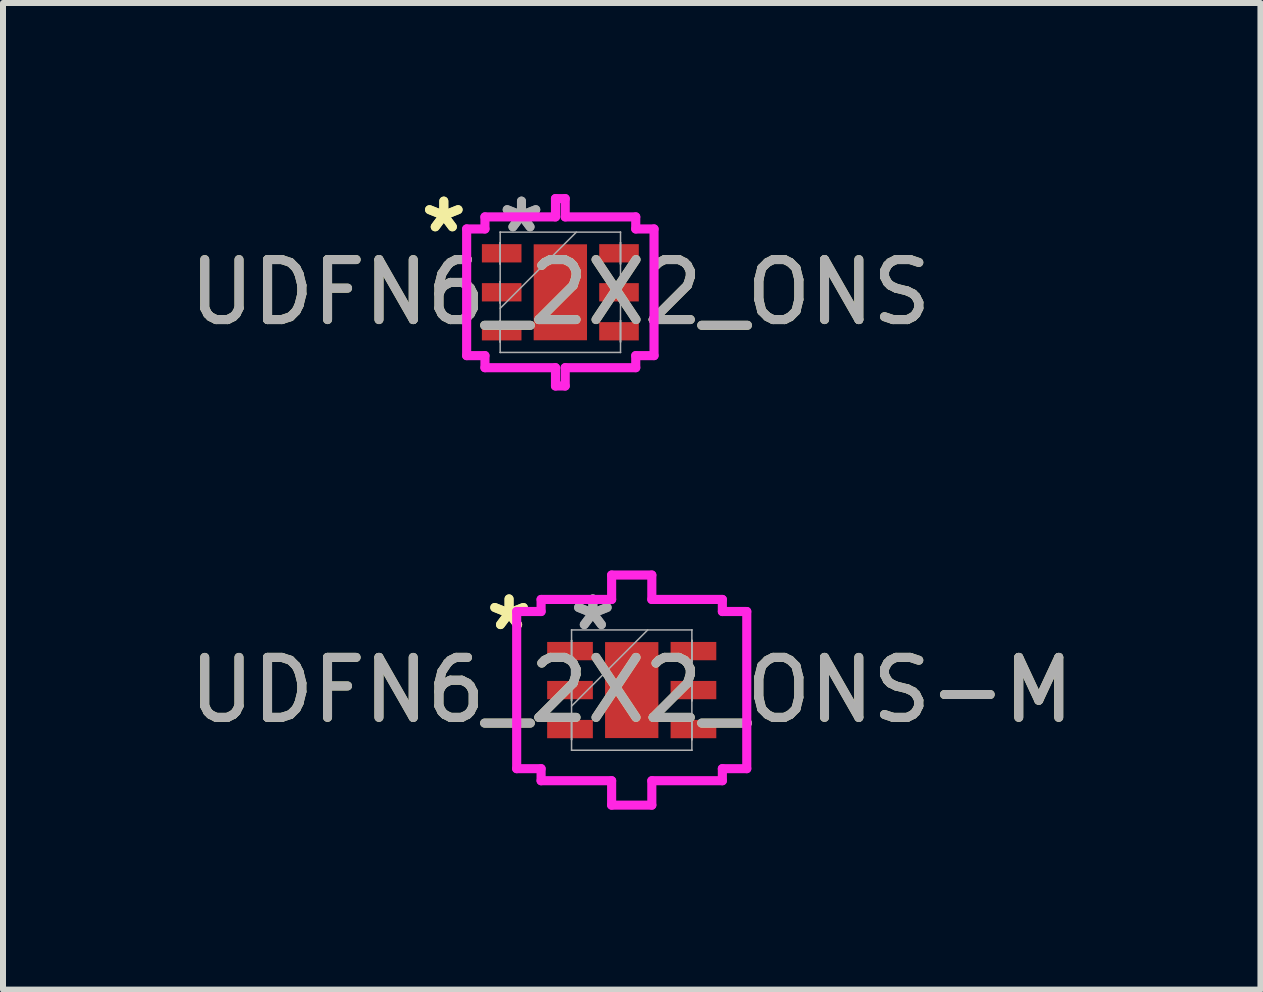
<source format=kicad_pcb>
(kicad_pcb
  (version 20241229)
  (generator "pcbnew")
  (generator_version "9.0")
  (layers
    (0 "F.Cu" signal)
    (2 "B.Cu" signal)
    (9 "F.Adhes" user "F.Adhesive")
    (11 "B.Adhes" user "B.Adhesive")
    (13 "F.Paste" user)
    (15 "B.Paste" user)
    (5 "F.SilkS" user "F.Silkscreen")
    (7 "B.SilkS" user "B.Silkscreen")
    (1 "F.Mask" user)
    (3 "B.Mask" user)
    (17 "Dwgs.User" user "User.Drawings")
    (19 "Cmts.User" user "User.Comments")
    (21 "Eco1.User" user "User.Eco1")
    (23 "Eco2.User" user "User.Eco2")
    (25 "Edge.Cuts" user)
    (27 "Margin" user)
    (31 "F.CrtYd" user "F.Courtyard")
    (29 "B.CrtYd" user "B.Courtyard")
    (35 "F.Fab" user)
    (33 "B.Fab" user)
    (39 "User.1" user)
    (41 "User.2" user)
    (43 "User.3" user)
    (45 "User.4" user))
  (footprint "UDFN6_2X2_ONS-M"
    (layer "F.Cu")
    (at 7.482 8.455)
    (property "Reference" "UDFN6_2X2_ONS-M" (at 0 0 0) (unlocked yes) (layer "F.SilkS") (effects (font (size 1 1) (thickness 0.15))))
    (attr smd)
    (fp_line (start -1.918 -1.31) (end -1.511 -1.31) (stroke (width 0.152) (type solid)) (layer "F.CrtYd"))
    (fp_line (start -1.918 1.31) (end -1.918 -1.31) (stroke (width 0.152) (type solid)) (layer "F.CrtYd"))
    (fp_line (start -1.511 -1.511) (end -0.335 -1.511) (stroke (width 0.152) (type solid)) (layer "F.CrtYd"))
    (fp_line (start -1.511 -1.31) (end -1.511 -1.511) (stroke (width 0.152) (type solid)) (layer "F.CrtYd"))
    (fp_line (start -1.511 1.31) (end -1.918 1.31) (stroke (width 0.152) (type solid)) (layer "F.CrtYd"))
    (fp_line (start -1.511 1.511) (end -1.511 1.31) (stroke (width 0.152) (type solid)) (layer "F.CrtYd"))
    (fp_line (start -0.335 -1.918) (end 0.335 -1.918) (stroke (width 0.152) (type solid)) (layer "F.CrtYd"))
    (fp_line (start -0.335 -1.511) (end -0.335 -1.918) (stroke (width 0.152) (type solid)) (layer "F.CrtYd"))
    (fp_line (start -0.335 1.511) (end -1.511 1.511) (stroke (width 0.152) (type solid)) (layer "F.CrtYd"))
    (fp_line (start -0.335 1.918) (end -0.335 1.511) (stroke (width 0.152) (type solid)) (layer "F.CrtYd"))
    (fp_line (start 0.335 -1.918) (end 0.335 -1.511) (stroke (width 0.152) (type solid)) (layer "F.CrtYd"))
    (fp_line (start 0.335 -1.511) (end 1.511 -1.511) (stroke (width 0.152) (type solid)) (layer "F.CrtYd"))
    (fp_line (start 0.335 1.511) (end 0.335 1.918) (stroke (width 0.152) (type solid)) (layer "F.CrtYd"))
    (fp_line (start 0.335 1.918) (end -0.335 1.918) (stroke (width 0.152) (type solid)) (layer "F.CrtYd"))
    (fp_line (start 1.511 -1.511) (end 1.511 -1.31) (stroke (width 0.152) (type solid)) (layer "F.CrtYd"))
    (fp_line (start 1.511 -1.31) (end 1.918 -1.31) (stroke (width 0.152) (type solid)) (layer "F.CrtYd"))
    (fp_line (start 1.511 1.31) (end 1.511 1.511) (stroke (width 0.152) (type solid)) (layer "F.CrtYd"))
    (fp_line (start 1.511 1.511) (end 0.335 1.511) (stroke (width 0.152) (type solid)) (layer "F.CrtYd"))
    (fp_line (start 1.918 -1.31) (end 1.918 1.31) (stroke (width 0.152) (type solid)) (layer "F.CrtYd"))
    (fp_line (start 1.918 1.31) (end 1.511 1.31) (stroke (width 0.152) (type solid)) (layer "F.CrtYd"))
    (fp_line (start -1.003 -1.003) (end -1.003 -1.003) (stroke (width 0.025) (type solid)) (layer "F.Fab"))
    (fp_line (start -1.003 -1.003) (end -1.003 1.003) (stroke (width 0.025) (type solid)) (layer "F.Fab"))
    (fp_line (start -1.003 -0.828) (end -1.003 -0.828) (stroke (width 0.025) (type solid)) (layer "F.Fab"))
    (fp_line (start -1.003 -0.828) (end -1.003 -0.472) (stroke (width 0.025) (type solid)) (layer "F.Fab"))
    (fp_line (start -1.003 -0.472) (end -1.003 -0.828) (stroke (width 0.025) (type solid)) (layer "F.Fab"))
    (fp_line (start -1.003 -0.472) (end -1.003 -0.472) (stroke (width 0.025) (type solid)) (layer "F.Fab"))
    (fp_line (start -1.003 -0.178) (end -1.003 -0.178) (stroke (width 0.025) (type solid)) (layer "F.Fab"))
    (fp_line (start -1.003 -0.178) (end -1.003 0.178) (stroke (width 0.025) (type solid)) (layer "F.Fab"))
    (fp_line (start -1.003 0.178) (end -1.003 -0.178) (stroke (width 0.025) (type solid)) (layer "F.Fab"))
    (fp_line (start -1.003 0.178) (end -1.003 0.178) (stroke (width 0.025) (type solid)) (layer "F.Fab"))
    (fp_line (start -1.003 0.267) (end 0.267 -1.003) (stroke (width 0.025) (type solid)) (layer "F.Fab"))
    (fp_line (start -1.003 0.472) (end -1.003 0.472) (stroke (width 0.025) (type solid)) (layer "F.Fab"))
    (fp_line (start -1.003 0.472) (end -1.003 0.828) (stroke (width 0.025) (type solid)) (layer "F.Fab"))
    (fp_line (start -1.003 0.828) (end -1.003 0.472) (stroke (width 0.025) (type solid)) (layer "F.Fab"))
    (fp_line (start -1.003 0.828) (end -1.003 0.828) (stroke (width 0.025) (type solid)) (layer "F.Fab"))
    (fp_line (start -1.003 1.003) (end -1.003 1.003) (stroke (width 0.025) (type solid)) (layer "F.Fab"))
    (fp_line (start -1.003 1.003) (end 1.003 1.003) (stroke (width 0.025) (type solid)) (layer "F.Fab"))
    (fp_line (start 1.003 -1.003) (end -1.003 -1.003) (stroke (width 0.025) (type solid)) (layer "F.Fab"))
    (fp_line (start 1.003 -1.003) (end 1.003 -1.003) (stroke (width 0.025) (type solid)) (layer "F.Fab"))
    (fp_line (start 1.003 -0.828) (end 1.003 -0.828) (stroke (width 0.025) (type solid)) (layer "F.Fab"))
    (fp_line (start 1.003 -0.828) (end 1.003 -0.472) (stroke (width 0.025) (type solid)) (layer "F.Fab"))
    (fp_line (start 1.003 -0.472) (end 1.003 -0.828) (stroke (width 0.025) (type solid)) (layer "F.Fab"))
    (fp_line (start 1.003 -0.472) (end 1.003 -0.472) (stroke (width 0.025) (type solid)) (layer "F.Fab"))
    (fp_line (start 1.003 -0.178) (end 1.003 -0.178) (stroke (width 0.025) (type solid)) (layer "F.Fab"))
    (fp_line (start 1.003 -0.178) (end 1.003 0.178) (stroke (width 0.025) (type solid)) (layer "F.Fab"))
    (fp_line (start 1.003 0.178) (end 1.003 -0.178) (stroke (width 0.025) (type solid)) (layer "F.Fab"))
    (fp_line (start 1.003 0.178) (end 1.003 0.178) (stroke (width 0.025) (type solid)) (layer "F.Fab"))
    (fp_line (start 1.003 0.472) (end 1.003 0.472) (stroke (width 0.025) (type solid)) (layer "F.Fab"))
    (fp_line (start 1.003 0.472) (end 1.003 0.828) (stroke (width 0.025) (type solid)) (layer "F.Fab"))
    (fp_line (start 1.003 0.828) (end 1.003 0.472) (stroke (width 0.025) (type solid)) (layer "F.Fab"))
    (fp_line (start 1.003 0.828) (end 1.003 0.828) (stroke (width 0.025) (type solid)) (layer "F.Fab"))
    (fp_line (start 1.003 1.003) (end 1.003 -1.003) (stroke (width 0.025) (type solid)) (layer "F.Fab"))
    (fp_line (start 1.003 1.003) (end 1.003 1.003) (stroke (width 0.025) (type solid)) (layer "F.Fab"))
    (fp_text user "*" (at -2.045 -0.975 0) (layer "F.SilkS") (effects (font (size 1 1) (thickness 0.15))))
    (fp_text user "*" (at -2.045 -0.975 0) (unlocked yes) (layer "F.SilkS") (effects (font (size 1 1) (thickness 0.15))))
    (fp_text user "*" (at -0.648 -0.975 0) (unlocked yes) (layer "F.Fab") (effects (font (size 1 1) (thickness 0.15))))
    (fp_text user "${REFERENCE}" (at 0 0 0) (unlocked yes) (layer "F.Fab") (effects (font (size 1 1) (thickness 0.15))))
    (fp_text user "*" (at -0.648 -0.975 0) (layer "F.Fab") (effects (font (size 1 1) (thickness 0.15))))
    (pad "1" smd rect (at -1.029 -0.65 90) (size 0.305 0.762) (layers "F.Cu" "F.Mask" "F.Paste"))
    (pad "2" smd rect (at -1.029 0 90) (size 0.305 0.762) (layers "F.Cu" "F.Mask" "F.Paste"))
    (pad "3" smd rect (at -1.029 0.65 90) (size 0.305 0.762) (layers "F.Cu" "F.Mask" "F.Paste"))
    (pad "4" smd rect (at 1.029 0.65 90) (size 0.305 0.762) (layers "F.Cu" "F.Mask" "F.Paste"))
    (pad "5" smd rect (at 1.029 0 90) (size 0.305 0.762) (layers "F.Cu" "F.Mask" "F.Paste"))
    (pad "6" smd rect (at 1.029 -0.65 90) (size 0.305 0.762) (layers "F.Cu" "F.Mask" "F.Paste"))
    (pad "7" smd rect (at 0 0) (size 0.889 1.6) (layers "F.Cu" "F.Mask" "F.Paste")))
  (footprint "UDFN6_2X2_ONS"
    (layer "F.Cu")
    (at 6.292 1.823)
    (property "Reference" "UDFN6_2X2_ONS" (at 0 0 0) (unlocked yes) (layer "F.SilkS") (effects (font (size 1 1) (thickness 0.15))))
    (attr smd)
    (fp_line (start -1.562 -1.056) (end -1.257 -1.056) (stroke (width 0.152) (type solid)) (layer "F.CrtYd"))
    (fp_line (start -1.562 1.056) (end -1.562 -1.056) (stroke (width 0.152) (type solid)) (layer "F.CrtYd"))
    (fp_line (start -1.257 -1.257) (end -0.081 -1.257) (stroke (width 0.152) (type solid)) (layer "F.CrtYd"))
    (fp_line (start -1.257 -1.056) (end -1.257 -1.257) (stroke (width 0.152) (type solid)) (layer "F.CrtYd"))
    (fp_line (start -1.257 1.056) (end -1.562 1.056) (stroke (width 0.152) (type solid)) (layer "F.CrtYd"))
    (fp_line (start -1.257 1.257) (end -1.257 1.056) (stroke (width 0.152) (type solid)) (layer "F.CrtYd"))
    (fp_line (start -0.081 -1.562) (end 0.081 -1.562) (stroke (width 0.152) (type solid)) (layer "F.CrtYd"))
    (fp_line (start -0.081 -1.257) (end -0.081 -1.562) (stroke (width 0.152) (type solid)) (layer "F.CrtYd"))
    (fp_line (start -0.081 1.257) (end -1.257 1.257) (stroke (width 0.152) (type solid)) (layer "F.CrtYd"))
    (fp_line (start -0.081 1.562) (end -0.081 1.257) (stroke (width 0.152) (type solid)) (layer "F.CrtYd"))
    (fp_line (start 0.081 -1.562) (end 0.081 -1.257) (stroke (width 0.152) (type solid)) (layer "F.CrtYd"))
    (fp_line (start 0.081 -1.257) (end 1.257 -1.257) (stroke (width 0.152) (type solid)) (layer "F.CrtYd"))
    (fp_line (start 0.081 1.257) (end 0.081 1.562) (stroke (width 0.152) (type solid)) (layer "F.CrtYd"))
    (fp_line (start 0.081 1.562) (end -0.081 1.562) (stroke (width 0.152) (type solid)) (layer "F.CrtYd"))
    (fp_line (start 1.257 -1.257) (end 1.257 -1.056) (stroke (width 0.152) (type solid)) (layer "F.CrtYd"))
    (fp_line (start 1.257 -1.056) (end 1.562 -1.056) (stroke (width 0.152) (type solid)) (layer "F.CrtYd"))
    (fp_line (start 1.257 1.056) (end 1.257 1.257) (stroke (width 0.152) (type solid)) (layer "F.CrtYd"))
    (fp_line (start 1.257 1.257) (end 0.081 1.257) (stroke (width 0.152) (type solid)) (layer "F.CrtYd"))
    (fp_line (start 1.562 -1.056) (end 1.562 1.056) (stroke (width 0.152) (type solid)) (layer "F.CrtYd"))
    (fp_line (start 1.562 1.056) (end 1.257 1.056) (stroke (width 0.152) (type solid)) (layer "F.CrtYd"))
    (fp_line (start -1.003 -1.003) (end -1.003 -1.003) (stroke (width 0.025) (type solid)) (layer "F.Fab"))
    (fp_line (start -1.003 -1.003) (end -1.003 1.003) (stroke (width 0.025) (type solid)) (layer "F.Fab"))
    (fp_line (start -1.003 -0.828) (end -1.003 -0.828) (stroke (width 0.025) (type solid)) (layer "F.Fab"))
    (fp_line (start -1.003 -0.828) (end -1.003 -0.472) (stroke (width 0.025) (type solid)) (layer "F.Fab"))
    (fp_line (start -1.003 -0.472) (end -1.003 -0.828) (stroke (width 0.025) (type solid)) (layer "F.Fab"))
    (fp_line (start -1.003 -0.472) (end -1.003 -0.472) (stroke (width 0.025) (type solid)) (layer "F.Fab"))
    (fp_line (start -1.003 -0.178) (end -1.003 -0.178) (stroke (width 0.025) (type solid)) (layer "F.Fab"))
    (fp_line (start -1.003 -0.178) (end -1.003 0.178) (stroke (width 0.025) (type solid)) (layer "F.Fab"))
    (fp_line (start -1.003 0.178) (end -1.003 -0.178) (stroke (width 0.025) (type solid)) (layer "F.Fab"))
    (fp_line (start -1.003 0.178) (end -1.003 0.178) (stroke (width 0.025) (type solid)) (layer "F.Fab"))
    (fp_line (start -1.003 0.267) (end 0.267 -1.003) (stroke (width 0.025) (type solid)) (layer "F.Fab"))
    (fp_line (start -1.003 0.472) (end -1.003 0.472) (stroke (width 0.025) (type solid)) (layer "F.Fab"))
    (fp_line (start -1.003 0.472) (end -1.003 0.828) (stroke (width 0.025) (type solid)) (layer "F.Fab"))
    (fp_line (start -1.003 0.828) (end -1.003 0.472) (stroke (width 0.025) (type solid)) (layer "F.Fab"))
    (fp_line (start -1.003 0.828) (end -1.003 0.828) (stroke (width 0.025) (type solid)) (layer "F.Fab"))
    (fp_line (start -1.003 1.003) (end -1.003 1.003) (stroke (width 0.025) (type solid)) (layer "F.Fab"))
    (fp_line (start -1.003 1.003) (end 1.003 1.003) (stroke (width 0.025) (type solid)) (layer "F.Fab"))
    (fp_line (start 1.003 -1.003) (end -1.003 -1.003) (stroke (width 0.025) (type solid)) (layer "F.Fab"))
    (fp_line (start 1.003 -1.003) (end 1.003 -1.003) (stroke (width 0.025) (type solid)) (layer "F.Fab"))
    (fp_line (start 1.003 -0.828) (end 1.003 -0.828) (stroke (width 0.025) (type solid)) (layer "F.Fab"))
    (fp_line (start 1.003 -0.828) (end 1.003 -0.472) (stroke (width 0.025) (type solid)) (layer "F.Fab"))
    (fp_line (start 1.003 -0.472) (end 1.003 -0.828) (stroke (width 0.025) (type solid)) (layer "F.Fab"))
    (fp_line (start 1.003 -0.472) (end 1.003 -0.472) (stroke (width 0.025) (type solid)) (layer "F.Fab"))
    (fp_line (start 1.003 -0.178) (end 1.003 -0.178) (stroke (width 0.025) (type solid)) (layer "F.Fab"))
    (fp_line (start 1.003 -0.178) (end 1.003 0.178) (stroke (width 0.025) (type solid)) (layer "F.Fab"))
    (fp_line (start 1.003 0.178) (end 1.003 -0.178) (stroke (width 0.025) (type solid)) (layer "F.Fab"))
    (fp_line (start 1.003 0.178) (end 1.003 0.178) (stroke (width 0.025) (type solid)) (layer "F.Fab"))
    (fp_line (start 1.003 0.472) (end 1.003 0.472) (stroke (width 0.025) (type solid)) (layer "F.Fab"))
    (fp_line (start 1.003 0.472) (end 1.003 0.828) (stroke (width 0.025) (type solid)) (layer "F.Fab"))
    (fp_line (start 1.003 0.828) (end 1.003 0.472) (stroke (width 0.025) (type solid)) (layer "F.Fab"))
    (fp_line (start 1.003 0.828) (end 1.003 0.828) (stroke (width 0.025) (type solid)) (layer "F.Fab"))
    (fp_line (start 1.003 1.003) (end 1.003 -1.003) (stroke (width 0.025) (type solid)) (layer "F.Fab"))
    (fp_line (start 1.003 1.003) (end 1.003 1.003) (stroke (width 0.025) (type solid)) (layer "F.Fab"))
    (fp_text user "*" (at -1.943 -0.975 0) (layer "F.SilkS") (effects (font (size 1 1) (thickness 0.15))))
    (fp_text user "*" (at -1.943 -0.975 0) (unlocked yes) (layer "F.SilkS") (effects (font (size 1 1) (thickness 0.15))))
    (fp_text user "*" (at -0.648 -0.975 0) (unlocked yes) (layer "F.Fab") (effects (font (size 1 1) (thickness 0.15))))
    (fp_text user "*" (at -0.648 -0.975 0) (layer "F.Fab") (effects (font (size 1 1) (thickness 0.15))))
    (fp_text user "${REFERENCE}" (at 0 0 0) (unlocked yes) (layer "F.Fab") (effects (font (size 1 1) (thickness 0.15))))
    (pad "1" smd rect (at -0.978 -0.65 90) (size 0.305 0.66) (layers "F.Cu" "F.Mask" "F.Paste"))
    (pad "2" smd rect (at -0.978 0 90) (size 0.305 0.66) (layers "F.Cu" "F.Mask" "F.Paste"))
    (pad "3" smd rect (at -0.978 0.65 90) (size 0.305 0.66) (layers "F.Cu" "F.Mask" "F.Paste"))
    (pad "4" smd rect (at 0.978 0.65 90) (size 0.305 0.66) (layers "F.Cu" "F.Mask" "F.Paste"))
    (pad "5" smd rect (at 0.978 0 90) (size 0.305 0.66) (layers "F.Cu" "F.Mask" "F.Paste"))
    (pad "6" smd rect (at 0.978 -0.65 90) (size 0.305 0.66) (layers "F.Cu" "F.Mask" "F.Paste"))
    (pad "7" smd rect (at 0 0) (size 0.889 1.6) (layers "F.Cu" "F.Mask" "F.Paste")))
  (gr_rect
    (start -3 -3)
    (end 17.964 13.449)
    (stroke (width 0.1) (type default))
    (fill no)
    (layer "Edge.Cuts")))
</source>
